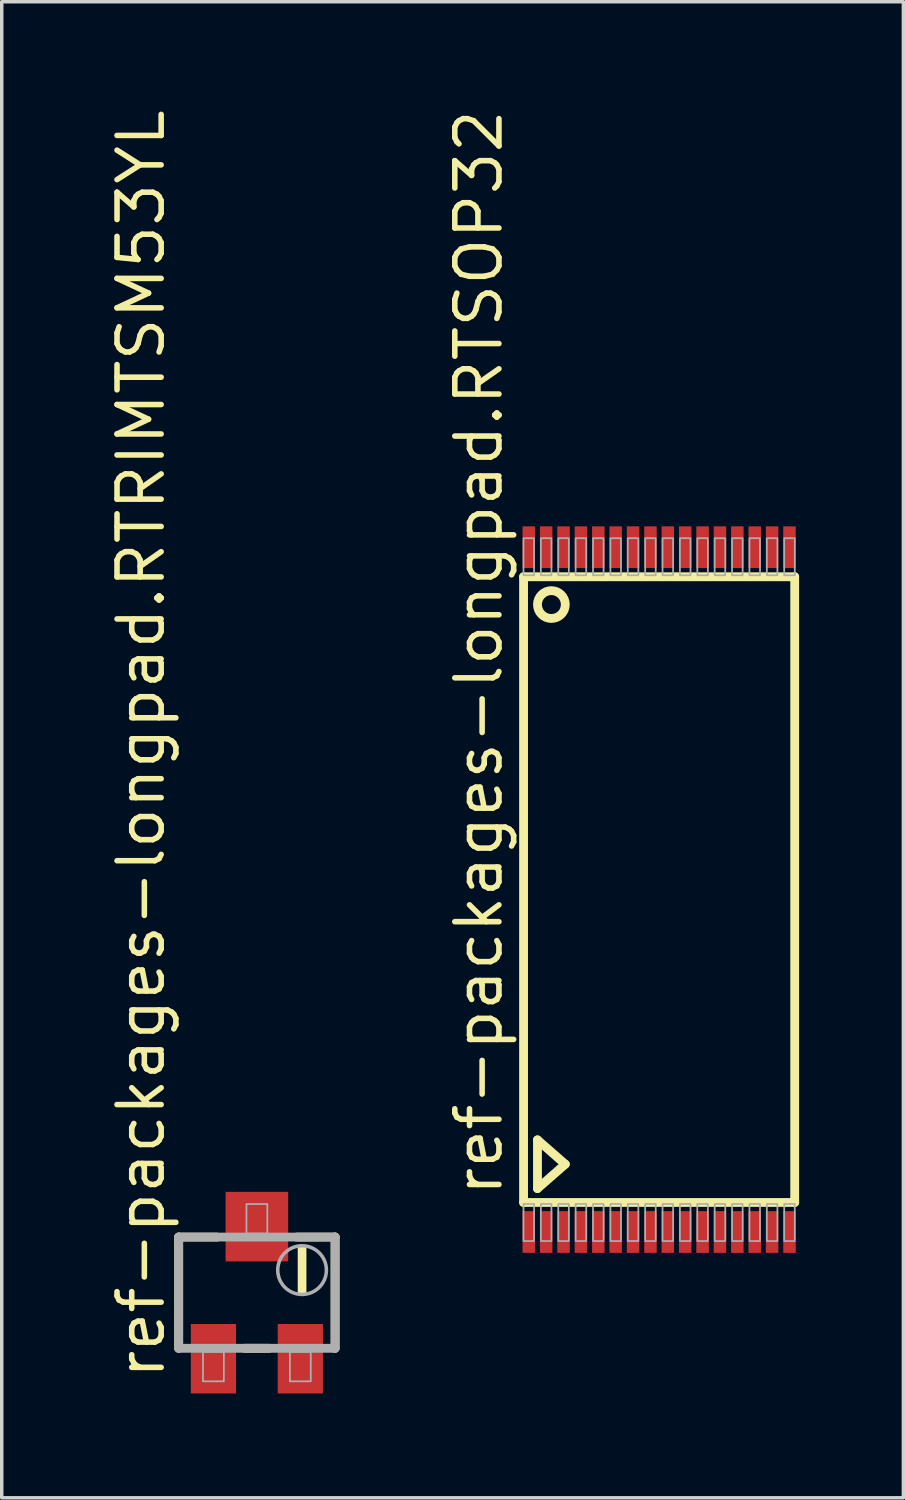
<source format=kicad_pcb>
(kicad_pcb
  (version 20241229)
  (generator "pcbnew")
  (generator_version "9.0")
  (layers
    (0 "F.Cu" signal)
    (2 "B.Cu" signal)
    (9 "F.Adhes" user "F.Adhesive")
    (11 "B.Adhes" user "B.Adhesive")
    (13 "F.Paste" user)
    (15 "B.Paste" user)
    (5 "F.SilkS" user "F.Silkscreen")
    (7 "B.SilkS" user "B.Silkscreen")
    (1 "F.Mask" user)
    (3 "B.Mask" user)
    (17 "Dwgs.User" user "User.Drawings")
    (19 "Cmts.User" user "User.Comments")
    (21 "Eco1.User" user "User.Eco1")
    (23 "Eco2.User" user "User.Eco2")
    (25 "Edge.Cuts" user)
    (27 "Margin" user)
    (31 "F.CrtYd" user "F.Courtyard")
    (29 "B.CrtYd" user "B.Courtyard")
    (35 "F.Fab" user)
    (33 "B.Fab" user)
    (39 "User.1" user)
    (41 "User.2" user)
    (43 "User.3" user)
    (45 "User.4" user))
  (footprint "ref-packages-longpad.RTSOP32"
    (layer "F.Cu")
    (at 15.912 22.542)
    (property "Reference" "ref-packages-longpad.RTSOP32" (at -4.445 8.89 90) (layer "F.SilkS") (effects (font (size 1.27 1.27) (thickness 0.16)) (justify left bottom)))
    (attr smd)
    (fp_line (start -3.9 -9) (end 3.9 -9) (stroke (width 0.254) (type default)) (layer "F.SilkS"))
    (fp_line (start -3.9 9) (end -3.9 -9) (stroke (width 0.254) (type default)) (layer "F.SilkS"))
    (fp_line (start -3.5 7.2) (end -3.5 8.6) (stroke (width 0.254) (type default)) (layer "F.SilkS"))
    (fp_line (start -3.5 8.6) (end -2.7 7.9) (stroke (width 0.254) (type default)) (layer "F.SilkS"))
    (fp_line (start -2.7 7.9) (end -3.5 7.2) (stroke (width 0.254) (type default)) (layer "F.SilkS"))
    (fp_line (start 3.9 -9) (end 3.9 9) (stroke (width 0.254) (type default)) (layer "F.SilkS"))
    (fp_line (start 3.9 9) (end -3.9 9) (stroke (width 0.254) (type default)) (layer "F.SilkS"))
    (fp_circle (center -3.1 -8.2) (end -2.7 -8.2) (stroke (width 0.254) (type default)) (fill no) (layer "F.SilkS"))
    (fp_rect (start -3.902 -9.043) (end -3.598 -10.11) (stroke (width 0.05) (type default)) (fill no) (layer "F.Fab"))
    (fp_rect (start -3.902 10.11) (end -3.598 9.043) (stroke (width 0.05) (type default)) (fill no) (layer "F.Fab"))
    (fp_rect (start -3.402 -9.043) (end -3.098 -10.11) (stroke (width 0.05) (type default)) (fill no) (layer "F.Fab"))
    (fp_rect (start -3.402 10.11) (end -3.098 9.043) (stroke (width 0.05) (type default)) (fill no) (layer "F.Fab"))
    (fp_rect (start -2.902 -9.043) (end -2.598 -10.11) (stroke (width 0.05) (type default)) (fill no) (layer "F.Fab"))
    (fp_rect (start -2.902 10.11) (end -2.598 9.043) (stroke (width 0.05) (type default)) (fill no) (layer "F.Fab"))
    (fp_rect (start -2.402 -9.043) (end -2.098 -10.11) (stroke (width 0.05) (type default)) (fill no) (layer "F.Fab"))
    (fp_rect (start -2.402 10.11) (end -2.098 9.043) (stroke (width 0.05) (type default)) (fill no) (layer "F.Fab"))
    (fp_rect (start -1.902 -9.043) (end -1.598 -10.11) (stroke (width 0.05) (type default)) (fill no) (layer "F.Fab"))
    (fp_rect (start -1.902 10.11) (end -1.598 9.043) (stroke (width 0.05) (type default)) (fill no) (layer "F.Fab"))
    (fp_rect (start -1.402 -9.043) (end -1.098 -10.11) (stroke (width 0.05) (type default)) (fill no) (layer "F.Fab"))
    (fp_rect (start -1.402 10.11) (end -1.098 9.043) (stroke (width 0.05) (type default)) (fill no) (layer "F.Fab"))
    (fp_rect (start -0.902 -9.043) (end -0.598 -10.11) (stroke (width 0.05) (type default)) (fill no) (layer "F.Fab"))
    (fp_rect (start -0.902 10.11) (end -0.598 9.043) (stroke (width 0.05) (type default)) (fill no) (layer "F.Fab"))
    (fp_rect (start -0.402 -9.043) (end -0.098 -10.11) (stroke (width 0.05) (type default)) (fill no) (layer "F.Fab"))
    (fp_rect (start -0.402 10.11) (end -0.098 9.043) (stroke (width 0.05) (type default)) (fill no) (layer "F.Fab"))
    (fp_rect (start 0.098 -9.043) (end 0.402 -10.11) (stroke (width 0.05) (type default)) (fill no) (layer "F.Fab"))
    (fp_rect (start 0.098 10.11) (end 0.402 9.043) (stroke (width 0.05) (type default)) (fill no) (layer "F.Fab"))
    (fp_rect (start 0.598 -9.043) (end 0.902 -10.11) (stroke (width 0.05) (type default)) (fill no) (layer "F.Fab"))
    (fp_rect (start 0.598 10.11) (end 0.902 9.043) (stroke (width 0.05) (type default)) (fill no) (layer "F.Fab"))
    (fp_rect (start 1.098 -9.043) (end 1.402 -10.11) (stroke (width 0.05) (type default)) (fill no) (layer "F.Fab"))
    (fp_rect (start 1.098 10.11) (end 1.402 9.043) (stroke (width 0.05) (type default)) (fill no) (layer "F.Fab"))
    (fp_rect (start 1.598 -9.043) (end 1.902 -10.11) (stroke (width 0.05) (type default)) (fill no) (layer "F.Fab"))
    (fp_rect (start 1.598 10.11) (end 1.902 9.043) (stroke (width 0.05) (type default)) (fill no) (layer "F.Fab"))
    (fp_rect (start 2.098 -9.043) (end 2.402 -10.11) (stroke (width 0.05) (type default)) (fill no) (layer "F.Fab"))
    (fp_rect (start 2.098 10.11) (end 2.402 9.043) (stroke (width 0.05) (type default)) (fill no) (layer "F.Fab"))
    (fp_rect (start 2.598 -9.043) (end 2.902 -10.11) (stroke (width 0.05) (type default)) (fill no) (layer "F.Fab"))
    (fp_rect (start 2.598 10.11) (end 2.902 9.043) (stroke (width 0.05) (type default)) (fill no) (layer "F.Fab"))
    (fp_rect (start 3.098 -9.043) (end 3.402 -10.11) (stroke (width 0.05) (type default)) (fill no) (layer "F.Fab"))
    (fp_rect (start 3.098 10.11) (end 3.402 9.043) (stroke (width 0.05) (type default)) (fill no) (layer "F.Fab"))
    (fp_rect (start 3.598 -9.043) (end 3.902 -10.11) (stroke (width 0.05) (type default)) (fill no) (layer "F.Fab"))
    (fp_rect (start 3.598 10.11) (end 3.902 9.043) (stroke (width 0.05) (type default)) (fill no) (layer "F.Fab"))
    (pad "1" smd roundrect (at -3.75 9.85) (size 0.36 1.2) (layers "F.Cu" "F.Mask" "F.Paste") (roundrect_rratio 0.01))
    (pad "2" smd roundrect (at -3.25 9.85) (size 0.36 1.2) (layers "F.Cu" "F.Mask" "F.Paste") (roundrect_rratio 0.01))
    (pad "3" smd roundrect (at -2.75 9.85) (size 0.36 1.2) (layers "F.Cu" "F.Mask" "F.Paste") (roundrect_rratio 0.01))
    (pad "4" smd roundrect (at -2.25 9.85) (size 0.36 1.2) (layers "F.Cu" "F.Mask" "F.Paste") (roundrect_rratio 0.01))
    (pad "5" smd roundrect (at -1.75 9.85) (size 0.36 1.2) (layers "F.Cu" "F.Mask" "F.Paste") (roundrect_rratio 0.01))
    (pad "6" smd roundrect (at -1.25 9.85) (size 0.36 1.2) (layers "F.Cu" "F.Mask" "F.Paste") (roundrect_rratio 0.01))
    (pad "7" smd roundrect (at -0.75 9.85) (size 0.36 1.2) (layers "F.Cu" "F.Mask" "F.Paste") (roundrect_rratio 0.01))
    (pad "8" smd roundrect (at -0.25 9.85) (size 0.36 1.2) (layers "F.Cu" "F.Mask" "F.Paste") (roundrect_rratio 0.01))
    (pad "9" smd roundrect (at 0.25 9.85) (size 0.36 1.2) (layers "F.Cu" "F.Mask" "F.Paste") (roundrect_rratio 0.01))
    (pad "10" smd roundrect (at 0.75 9.85) (size 0.36 1.2) (layers "F.Cu" "F.Mask" "F.Paste") (roundrect_rratio 0.01))
    (pad "11" smd roundrect (at 1.25 9.85) (size 0.36 1.2) (layers "F.Cu" "F.Mask" "F.Paste") (roundrect_rratio 0.01))
    (pad "12" smd roundrect (at 1.75 9.85) (size 0.36 1.2) (layers "F.Cu" "F.Mask" "F.Paste") (roundrect_rratio 0.01))
    (pad "13" smd roundrect (at 2.25 9.85) (size 0.36 1.2) (layers "F.Cu" "F.Mask" "F.Paste") (roundrect_rratio 0.01))
    (pad "14" smd roundrect (at 2.75 9.85) (size 0.36 1.2) (layers "F.Cu" "F.Mask" "F.Paste") (roundrect_rratio 0.01))
    (pad "15" smd roundrect (at 3.25 9.85) (size 0.36 1.2) (layers "F.Cu" "F.Mask" "F.Paste") (roundrect_rratio 0.01))
    (pad "16" smd roundrect (at 3.75 9.85) (size 0.36 1.2) (layers "F.Cu" "F.Mask" "F.Paste") (roundrect_rratio 0.01))
    (pad "17" smd roundrect (at 3.75 -9.85) (size 0.36 1.2) (layers "F.Cu" "F.Mask" "F.Paste") (roundrect_rratio 0.01))
    (pad "18" smd roundrect (at 3.25 -9.85) (size 0.36 1.2) (layers "F.Cu" "F.Mask" "F.Paste") (roundrect_rratio 0.01))
    (pad "19" smd roundrect (at 2.75 -9.85) (size 0.36 1.2) (layers "F.Cu" "F.Mask" "F.Paste") (roundrect_rratio 0.01))
    (pad "20" smd roundrect (at 2.25 -9.85) (size 0.36 1.2) (layers "F.Cu" "F.Mask" "F.Paste") (roundrect_rratio 0.01))
    (pad "21" smd roundrect (at 1.75 -9.85) (size 0.36 1.2) (layers "F.Cu" "F.Mask" "F.Paste") (roundrect_rratio 0.01))
    (pad "22" smd roundrect (at 1.25 -9.85) (size 0.36 1.2) (layers "F.Cu" "F.Mask" "F.Paste") (roundrect_rratio 0.01))
    (pad "23" smd roundrect (at 0.75 -9.85) (size 0.36 1.2) (layers "F.Cu" "F.Mask" "F.Paste") (roundrect_rratio 0.01))
    (pad "24" smd roundrect (at 0.25 -9.85) (size 0.36 1.2) (layers "F.Cu" "F.Mask" "F.Paste") (roundrect_rratio 0.01))
    (pad "25" smd roundrect (at -0.25 -9.85) (size 0.36 1.2) (layers "F.Cu" "F.Mask" "F.Paste") (roundrect_rratio 0.01))
    (pad "26" smd roundrect (at -0.75 -9.85) (size 0.36 1.2) (layers "F.Cu" "F.Mask" "F.Paste") (roundrect_rratio 0.01))
    (pad "27" smd roundrect (at -1.25 -9.85) (size 0.36 1.2) (layers "F.Cu" "F.Mask" "F.Paste") (roundrect_rratio 0.01))
    (pad "28" smd roundrect (at -1.75 -9.85) (size 0.36 1.2) (layers "F.Cu" "F.Mask" "F.Paste") (roundrect_rratio 0.01))
    (pad "29" smd roundrect (at -2.25 -9.85) (size 0.36 1.2) (layers "F.Cu" "F.Mask" "F.Paste") (roundrect_rratio 0.01))
    (pad "30" smd roundrect (at -2.75 -9.85) (size 0.36 1.2) (layers "F.Cu" "F.Mask" "F.Paste") (roundrect_rratio 0.01))
    (pad "31" smd roundrect (at -3.25 -9.85) (size 0.36 1.2) (layers "F.Cu" "F.Mask" "F.Paste") (roundrect_rratio 0.01))
    (pad "32" smd roundrect (at -3.75 -9.85) (size 0.36 1.2) (layers "F.Cu" "F.Mask" "F.Paste") (roundrect_rratio 0.01)))
  (footprint "ref-packages-longpad.RTRIMTSM53YL"
    (layer "F.Cu")
    (at 4.34 34.138)
    (property "Reference" "ref-packages-longpad.RTRIMTSM53YL" (at -2.59 2.555 90) (layer "F.SilkS") (effects (font (size 1.27 1.27) (thickness 0.16)) (justify left bottom)))
    (attr smd)
    (fp_line (start -2.25 -1.6) (end -1.15 -1.6) (stroke (width 0.254) (type default)) (layer "F.SilkS"))
    (fp_line (start -2.25 1.6) (end -2.25 -1.6) (stroke (width 0.254) (type default)) (layer "F.SilkS"))
    (fp_line (start -0.35 1.6) (end 0.35 1.6) (stroke (width 0.254) (type default)) (layer "F.SilkS"))
    (fp_line (start 2.25 -1.6) (end 1.15 -1.6) (stroke (width 0.254) (type default)) (layer "F.SilkS"))
    (fp_line (start 2.25 1.6) (end 2.25 -1.6) (stroke (width 0.254) (type default)) (layer "F.SilkS"))
    (fp_rect (start 1.2 0) (end 1.4 -1.3) (stroke (width 0.05) (type default)) (fill yes) (layer "F.SilkS"))
    (fp_line (start -2.25 -1.6) (end -2.25 1.6) (stroke (width 0.254) (type default)) (layer "F.Fab"))
    (fp_line (start -2.25 1.6) (end 2.25 1.6) (stroke (width 0.254) (type default)) (layer "F.Fab"))
    (fp_line (start 2.25 -1.6) (end -2.25 -1.6) (stroke (width 0.254) (type default)) (layer "F.Fab"))
    (fp_line (start 2.25 1.6) (end 2.25 -1.6) (stroke (width 0.254) (type default)) (layer "F.Fab"))
    (fp_rect (start -1.55 2.55) (end -0.95 1.7) (stroke (width 0.05) (type default)) (fill no) (layer "F.Fab"))
    (fp_rect (start -0.3 -1.7) (end 0.3 -2.55) (stroke (width 0.05) (type default)) (fill no) (layer "F.Fab"))
    (fp_rect (start 0.95 2.55) (end 1.55 1.7) (stroke (width 0.05) (type default)) (fill no) (layer "F.Fab"))
    (fp_circle (center 1.3 -0.65) (end 2 -0.65) (stroke (width 0.102) (type default)) (fill no) (layer "F.Fab"))
    (pad "1" smd roundrect (at -1.25 1.9) (size 1.3 2) (layers "F.Cu" "F.Mask" "F.Paste") (roundrect_rratio 0.01))
    (pad "2" smd roundrect (at 0 -1.9) (size 1.8 2) (layers "F.Cu" "F.Mask" "F.Paste") (roundrect_rratio 0.01))
    (pad "3" smd roundrect (at 1.25 1.9) (size 1.3 2) (layers "F.Cu" "F.Mask" "F.Paste") (roundrect_rratio 0.01)))
  (gr_rect
    (start -3 -3)
    (end 22.939 40.038)
    (stroke (width 0.1) (type default))
    (fill no)
    (layer "Edge.Cuts")))
</source>
